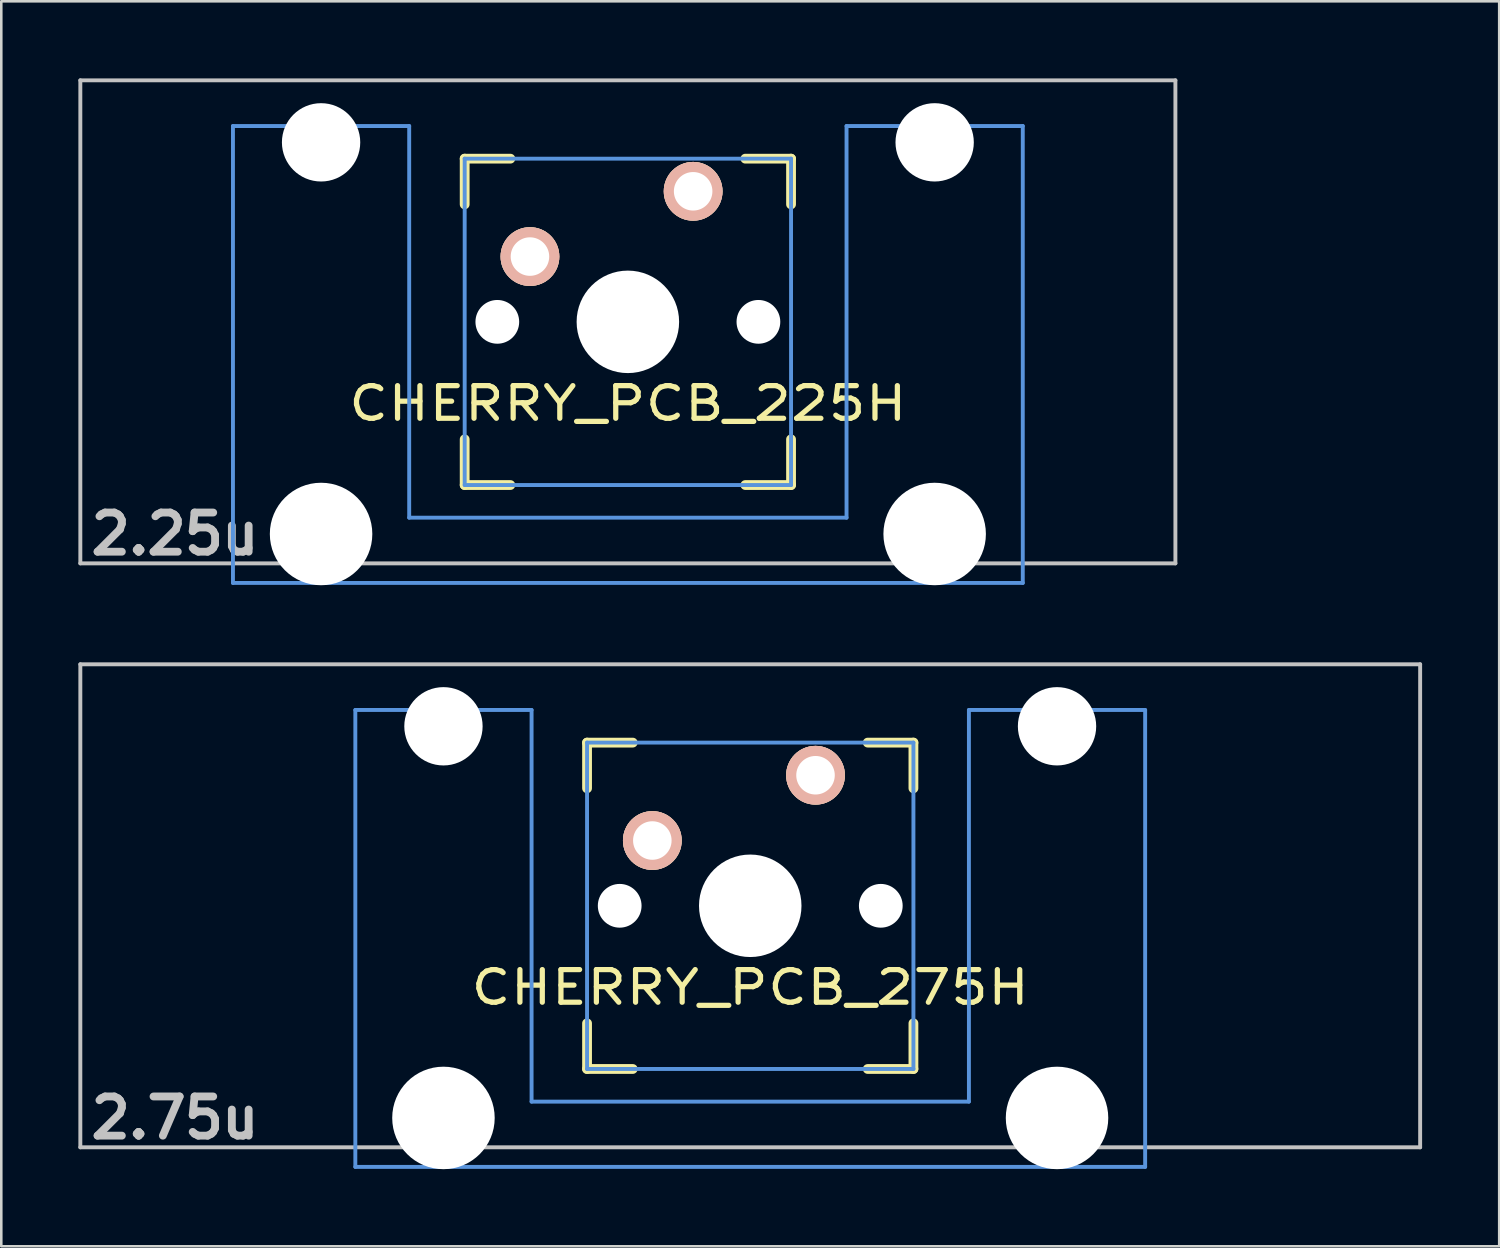
<source format=kicad_pcb>
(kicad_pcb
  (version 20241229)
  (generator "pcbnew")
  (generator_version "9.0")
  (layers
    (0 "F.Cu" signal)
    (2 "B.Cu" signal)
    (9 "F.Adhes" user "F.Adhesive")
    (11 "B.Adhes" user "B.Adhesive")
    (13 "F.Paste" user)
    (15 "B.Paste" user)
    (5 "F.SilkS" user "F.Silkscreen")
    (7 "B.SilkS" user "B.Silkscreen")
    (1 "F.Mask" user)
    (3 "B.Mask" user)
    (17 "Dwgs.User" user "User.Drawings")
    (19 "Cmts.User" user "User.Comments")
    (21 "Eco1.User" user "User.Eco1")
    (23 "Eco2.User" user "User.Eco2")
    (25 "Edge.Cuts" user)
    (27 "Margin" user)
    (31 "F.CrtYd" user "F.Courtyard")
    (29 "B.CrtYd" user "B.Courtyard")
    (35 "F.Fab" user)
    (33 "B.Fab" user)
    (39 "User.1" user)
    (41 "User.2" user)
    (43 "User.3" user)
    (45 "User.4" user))
  (footprint "CHERRY_PCB_275H"
    (layer "F.Cu")
    (at 26.144 32.197)
    (property "Reference" "CHERRY_PCB_275H" (at 0 3.175 0) (layer "F.SilkS") (effects (font (size 1.27 1.524) (thickness 0.203))))
    (attr through_hole)
    (fp_line (start -6.35 -6.35) (end -4.572 -6.35) (stroke (width 0.381) (type solid)) (layer "F.SilkS"))
    (fp_line (start -6.35 -4.572) (end -6.35 -6.35) (stroke (width 0.381) (type solid)) (layer "F.SilkS"))
    (fp_line (start -6.35 6.35) (end -6.35 4.572) (stroke (width 0.381) (type solid)) (layer "F.SilkS"))
    (fp_line (start -4.572 6.35) (end -6.35 6.35) (stroke (width 0.381) (type solid)) (layer "F.SilkS"))
    (fp_line (start 4.572 -6.35) (end 6.35 -6.35) (stroke (width 0.381) (type solid)) (layer "F.SilkS"))
    (fp_line (start 6.35 -6.35) (end 6.35 -4.572) (stroke (width 0.381) (type solid)) (layer "F.SilkS"))
    (fp_line (start 6.35 4.572) (end 6.35 6.35) (stroke (width 0.381) (type solid)) (layer "F.SilkS"))
    (fp_line (start 6.35 6.35) (end 4.572 6.35) (stroke (width 0.381) (type solid)) (layer "F.SilkS"))
    (fp_line (start -26.068 -9.398) (end 26.068 -9.398) (stroke (width 0.152) (type solid)) (layer "Dwgs.User"))
    (fp_line (start -26.068 9.398) (end -26.068 -9.398) (stroke (width 0.152) (type solid)) (layer "Dwgs.User"))
    (fp_line (start 26.068 -9.398) (end 26.068 9.398) (stroke (width 0.152) (type solid)) (layer "Dwgs.User"))
    (fp_line (start 26.068 9.398) (end -26.068 9.398) (stroke (width 0.152) (type solid)) (layer "Dwgs.User"))
    (fp_line (start -15.367 -7.62) (end -15.367 10.16) (stroke (width 0.152) (type solid)) (layer "Cmts.User"))
    (fp_line (start -15.367 10.16) (end 15.367 10.16) (stroke (width 0.152) (type solid)) (layer "Cmts.User"))
    (fp_line (start -8.509 -7.62) (end -15.367 -7.62) (stroke (width 0.152) (type solid)) (layer "Cmts.User"))
    (fp_line (start -8.509 7.62) (end -8.509 -7.62) (stroke (width 0.152) (type solid)) (layer "Cmts.User"))
    (fp_line (start -6.35 -6.35) (end 6.35 -6.35) (stroke (width 0.152) (type solid)) (layer "Cmts.User"))
    (fp_line (start -6.35 6.35) (end -6.35 -6.35) (stroke (width 0.152) (type solid)) (layer "Cmts.User"))
    (fp_line (start 6.35 -6.35) (end 6.35 6.35) (stroke (width 0.152) (type solid)) (layer "Cmts.User"))
    (fp_line (start 6.35 6.35) (end -6.35 6.35) (stroke (width 0.152) (type solid)) (layer "Cmts.User"))
    (fp_line (start 8.509 -7.62) (end 8.509 7.62) (stroke (width 0.152) (type solid)) (layer "Cmts.User"))
    (fp_line (start 8.509 7.62) (end -8.509 7.62) (stroke (width 0.152) (type solid)) (layer "Cmts.User"))
    (fp_line (start 15.367 -7.62) (end 8.509 -7.62) (stroke (width 0.152) (type solid)) (layer "Cmts.User"))
    (fp_line (start 15.367 10.16) (end 15.367 -7.62) (stroke (width 0.152) (type solid)) (layer "Cmts.User"))
    (fp_line (start -16.129 -2.286) (end -15.265 -2.286) (stroke (width 0.152) (type solid)) (layer "Eco2.User"))
    (fp_line (start -16.129 0.508) (end -16.129 -2.286) (stroke (width 0.152) (type solid)) (layer "Eco2.User"))
    (fp_line (start -15.265 -5.69) (end -8.611 -5.69) (stroke (width 0.152) (type solid)) (layer "Eco2.User"))
    (fp_line (start -15.265 -2.286) (end -15.265 -5.69) (stroke (width 0.152) (type solid)) (layer "Eco2.User"))
    (fp_line (start -15.265 0.508) (end -16.129 0.508) (stroke (width 0.152) (type solid)) (layer "Eco2.User"))
    (fp_line (start -15.265 6.604) (end -15.265 0.508) (stroke (width 0.152) (type solid)) (layer "Eco2.User"))
    (fp_line (start -14.224 6.604) (end -15.265 6.604) (stroke (width 0.152) (type solid)) (layer "Eco2.User"))
    (fp_line (start -14.224 7.772) (end -14.224 6.604) (stroke (width 0.152) (type solid)) (layer "Eco2.User"))
    (fp_line (start -9.652 6.604) (end -9.652 7.772) (stroke (width 0.152) (type solid)) (layer "Eco2.User"))
    (fp_line (start -9.652 7.772) (end -14.224 7.772) (stroke (width 0.152) (type solid)) (layer "Eco2.User"))
    (fp_line (start -8.611 -5.69) (end -8.611 -4.877) (stroke (width 0.152) (type solid)) (layer "Eco2.User"))
    (fp_line (start -8.611 -4.877) (end -6.985 -4.877) (stroke (width 0.152) (type solid)) (layer "Eco2.User"))
    (fp_line (start -8.611 5.817) (end -8.611 6.604) (stroke (width 0.152) (type solid)) (layer "Eco2.User"))
    (fp_line (start -8.611 6.604) (end -9.652 6.604) (stroke (width 0.152) (type solid)) (layer "Eco2.User"))
    (fp_line (start -6.985 -6.985) (end 6.985 -6.985) (stroke (width 0.152) (type solid)) (layer "Eco2.User"))
    (fp_line (start -6.985 -4.877) (end -6.985 -6.985) (stroke (width 0.152) (type solid)) (layer "Eco2.User"))
    (fp_line (start -6.985 5.817) (end -8.611 5.817) (stroke (width 0.152) (type solid)) (layer "Eco2.User"))
    (fp_line (start -6.985 6.985) (end -6.985 5.817) (stroke (width 0.152) (type solid)) (layer "Eco2.User"))
    (fp_line (start 6.985 -6.985) (end 6.985 -4.877) (stroke (width 0.152) (type solid)) (layer "Eco2.User"))
    (fp_line (start 6.985 -4.877) (end 8.611 -4.877) (stroke (width 0.152) (type solid)) (layer "Eco2.User"))
    (fp_line (start 6.985 5.817) (end 6.985 6.985) (stroke (width 0.152) (type solid)) (layer "Eco2.User"))
    (fp_line (start 6.985 6.985) (end -6.985 6.985) (stroke (width 0.152) (type solid)) (layer "Eco2.User"))
    (fp_line (start 8.611 -5.69) (end 15.265 -5.69) (stroke (width 0.152) (type solid)) (layer "Eco2.User"))
    (fp_line (start 8.611 -4.877) (end 8.611 -5.69) (stroke (width 0.152) (type solid)) (layer "Eco2.User"))
    (fp_line (start 8.611 5.817) (end 6.985 5.817) (stroke (width 0.152) (type solid)) (layer "Eco2.User"))
    (fp_line (start 8.611 6.604) (end 8.611 5.817) (stroke (width 0.152) (type solid)) (layer "Eco2.User"))
    (fp_line (start 9.652 6.604) (end 8.611 6.604) (stroke (width 0.152) (type solid)) (layer "Eco2.User"))
    (fp_line (start 9.652 7.772) (end 9.652 6.604) (stroke (width 0.152) (type solid)) (layer "Eco2.User"))
    (fp_line (start 14.224 6.604) (end 14.224 7.772) (stroke (width 0.152) (type solid)) (layer "Eco2.User"))
    (fp_line (start 14.224 7.772) (end 9.652 7.772) (stroke (width 0.152) (type solid)) (layer "Eco2.User"))
    (fp_line (start 15.265 -5.69) (end 15.265 -2.286) (stroke (width 0.152) (type solid)) (layer "Eco2.User"))
    (fp_line (start 15.265 -2.286) (end 16.129 -2.286) (stroke (width 0.152) (type solid)) (layer "Eco2.User"))
    (fp_line (start 15.265 0.508) (end 15.265 6.604) (stroke (width 0.152) (type solid)) (layer "Eco2.User"))
    (fp_line (start 15.265 6.604) (end 14.224 6.604) (stroke (width 0.152) (type solid)) (layer "Eco2.User"))
    (fp_line (start 16.129 -2.286) (end 16.129 0.508) (stroke (width 0.152) (type solid)) (layer "Eco2.User"))
    (fp_line (start 16.129 0.508) (end 15.265 0.508) (stroke (width 0.152) (type solid)) (layer "Eco2.User"))
    (fp_text user "2.75u" (at -22.385 8.255 0) (layer "Dwgs.User") (effects (font (size 1.524 1.524) (thickness 0.305))))
    (pad "" np_thru_hole circle (at -11.938 -6.985) (size 3.048 3.048) (drill 3.048) (layers "*.Cu"))
    (pad "" np_thru_hole circle (at -11.938 8.255) (size 3.988 3.988) (drill 3.988) (layers "*.Cu"))
    (pad "" np_thru_hole circle (at -5.08 0) (size 1.702 1.702) (drill 1.702) (layers "*.Cu"))
    (pad "" np_thru_hole circle (at 0 0) (size 3.988 3.988) (drill 3.988) (layers "*.Cu"))
    (pad "" np_thru_hole circle (at 5.08 0) (size 1.702 1.702) (drill 1.702) (layers "*.Cu"))
    (pad "" np_thru_hole circle (at 11.938 -6.985) (size 3.048 3.048) (drill 3.048) (layers "*.Cu"))
    (pad "" np_thru_hole circle (at 11.938 8.255) (size 3.988 3.988) (drill 3.988) (layers "*.Cu"))
    (pad "1" thru_hole circle (at 2.54 -5.08) (size 2.286 2.286) (drill 1.499) (layers "*.Cu" "*.SilkS" "*.Mask"))
    (pad "2" thru_hole circle (at -3.81 -2.54) (size 2.286 2.286) (drill 1.499) (layers "*.Cu" "*.SilkS" "*.Mask")))
  (footprint "CHERRY_PCB_225H"
    (layer "F.Cu")
    (at 21.382 9.474)
    (property "Reference" "CHERRY_PCB_225H" (at 0 3.175 0) (layer "F.SilkS") (effects (font (size 1.27 1.524) (thickness 0.203))))
    (attr through_hole)
    (fp_line (start -6.35 -6.35) (end -4.572 -6.35) (stroke (width 0.381) (type solid)) (layer "F.SilkS"))
    (fp_line (start -6.35 -4.572) (end -6.35 -6.35) (stroke (width 0.381) (type solid)) (layer "F.SilkS"))
    (fp_line (start -6.35 6.35) (end -6.35 4.572) (stroke (width 0.381) (type solid)) (layer "F.SilkS"))
    (fp_line (start -4.572 6.35) (end -6.35 6.35) (stroke (width 0.381) (type solid)) (layer "F.SilkS"))
    (fp_line (start 4.572 -6.35) (end 6.35 -6.35) (stroke (width 0.381) (type solid)) (layer "F.SilkS"))
    (fp_line (start 6.35 -6.35) (end 6.35 -4.572) (stroke (width 0.381) (type solid)) (layer "F.SilkS"))
    (fp_line (start 6.35 4.572) (end 6.35 6.35) (stroke (width 0.381) (type solid)) (layer "F.SilkS"))
    (fp_line (start 6.35 6.35) (end 4.572 6.35) (stroke (width 0.381) (type solid)) (layer "F.SilkS"))
    (fp_line (start -21.306 -9.398) (end 21.306 -9.398) (stroke (width 0.152) (type solid)) (layer "Dwgs.User"))
    (fp_line (start -21.306 9.398) (end -21.306 -9.398) (stroke (width 0.152) (type solid)) (layer "Dwgs.User"))
    (fp_line (start 21.306 -9.398) (end 21.306 9.398) (stroke (width 0.152) (type solid)) (layer "Dwgs.User"))
    (fp_line (start 21.306 9.398) (end -21.306 9.398) (stroke (width 0.152) (type solid)) (layer "Dwgs.User"))
    (fp_line (start -15.367 -7.62) (end -15.367 10.16) (stroke (width 0.152) (type solid)) (layer "Cmts.User"))
    (fp_line (start -15.367 10.16) (end 15.367 10.16) (stroke (width 0.152) (type solid)) (layer "Cmts.User"))
    (fp_line (start -8.509 -7.62) (end -15.367 -7.62) (stroke (width 0.152) (type solid)) (layer "Cmts.User"))
    (fp_line (start -8.509 7.62) (end -8.509 -7.62) (stroke (width 0.152) (type solid)) (layer "Cmts.User"))
    (fp_line (start -6.35 -6.35) (end 6.35 -6.35) (stroke (width 0.152) (type solid)) (layer "Cmts.User"))
    (fp_line (start -6.35 6.35) (end -6.35 -6.35) (stroke (width 0.152) (type solid)) (layer "Cmts.User"))
    (fp_line (start 6.35 -6.35) (end 6.35 6.35) (stroke (width 0.152) (type solid)) (layer "Cmts.User"))
    (fp_line (start 6.35 6.35) (end -6.35 6.35) (stroke (width 0.152) (type solid)) (layer "Cmts.User"))
    (fp_line (start 8.509 -7.62) (end 8.509 7.62) (stroke (width 0.152) (type solid)) (layer "Cmts.User"))
    (fp_line (start 8.509 7.62) (end -8.509 7.62) (stroke (width 0.152) (type solid)) (layer "Cmts.User"))
    (fp_line (start 15.367 -7.62) (end 8.509 -7.62) (stroke (width 0.152) (type solid)) (layer "Cmts.User"))
    (fp_line (start 15.367 10.16) (end 15.367 -7.62) (stroke (width 0.152) (type solid)) (layer "Cmts.User"))
    (fp_line (start -16.129 -2.286) (end -15.265 -2.286) (stroke (width 0.152) (type solid)) (layer "Eco2.User"))
    (fp_line (start -16.129 0.508) (end -16.129 -2.286) (stroke (width 0.152) (type solid)) (layer "Eco2.User"))
    (fp_line (start -15.265 -5.69) (end -8.611 -5.69) (stroke (width 0.152) (type solid)) (layer "Eco2.User"))
    (fp_line (start -15.265 -2.286) (end -15.265 -5.69) (stroke (width 0.152) (type solid)) (layer "Eco2.User"))
    (fp_line (start -15.265 0.508) (end -16.129 0.508) (stroke (width 0.152) (type solid)) (layer "Eco2.User"))
    (fp_line (start -15.265 6.604) (end -15.265 0.508) (stroke (width 0.152) (type solid)) (layer "Eco2.User"))
    (fp_line (start -14.224 6.604) (end -15.265 6.604) (stroke (width 0.152) (type solid)) (layer "Eco2.User"))
    (fp_line (start -14.224 7.772) (end -14.224 6.604) (stroke (width 0.152) (type solid)) (layer "Eco2.User"))
    (fp_line (start -9.652 6.604) (end -9.652 7.772) (stroke (width 0.152) (type solid)) (layer "Eco2.User"))
    (fp_line (start -9.652 7.772) (end -14.224 7.772) (stroke (width 0.152) (type solid)) (layer "Eco2.User"))
    (fp_line (start -8.611 -5.69) (end -8.611 -4.877) (stroke (width 0.152) (type solid)) (layer "Eco2.User"))
    (fp_line (start -8.611 -4.877) (end -6.985 -4.877) (stroke (width 0.152) (type solid)) (layer "Eco2.User"))
    (fp_line (start -8.611 5.817) (end -8.611 6.604) (stroke (width 0.152) (type solid)) (layer "Eco2.User"))
    (fp_line (start -8.611 6.604) (end -9.652 6.604) (stroke (width 0.152) (type solid)) (layer "Eco2.User"))
    (fp_line (start -6.985 -6.985) (end 6.985 -6.985) (stroke (width 0.152) (type solid)) (layer "Eco2.User"))
    (fp_line (start -6.985 -4.877) (end -6.985 -6.985) (stroke (width 0.152) (type solid)) (layer "Eco2.User"))
    (fp_line (start -6.985 5.817) (end -8.611 5.817) (stroke (width 0.152) (type solid)) (layer "Eco2.User"))
    (fp_line (start -6.985 6.985) (end -6.985 5.817) (stroke (width 0.152) (type solid)) (layer "Eco2.User"))
    (fp_line (start 6.985 -6.985) (end 6.985 -4.877) (stroke (width 0.152) (type solid)) (layer "Eco2.User"))
    (fp_line (start 6.985 -4.877) (end 8.611 -4.877) (stroke (width 0.152) (type solid)) (layer "Eco2.User"))
    (fp_line (start 6.985 5.817) (end 6.985 6.985) (stroke (width 0.152) (type solid)) (layer "Eco2.User"))
    (fp_line (start 6.985 6.985) (end -6.985 6.985) (stroke (width 0.152) (type solid)) (layer "Eco2.User"))
    (fp_line (start 8.611 -5.69) (end 15.265 -5.69) (stroke (width 0.152) (type solid)) (layer "Eco2.User"))
    (fp_line (start 8.611 -4.877) (end 8.611 -5.69) (stroke (width 0.152) (type solid)) (layer "Eco2.User"))
    (fp_line (start 8.611 5.817) (end 6.985 5.817) (stroke (width 0.152) (type solid)) (layer "Eco2.User"))
    (fp_line (start 8.611 6.604) (end 8.611 5.817) (stroke (width 0.152) (type solid)) (layer "Eco2.User"))
    (fp_line (start 9.652 6.604) (end 8.611 6.604) (stroke (width 0.152) (type solid)) (layer "Eco2.User"))
    (fp_line (start 9.652 7.772) (end 9.652 6.604) (stroke (width 0.152) (type solid)) (layer "Eco2.User"))
    (fp_line (start 14.224 6.604) (end 14.224 7.772) (stroke (width 0.152) (type solid)) (layer "Eco2.User"))
    (fp_line (start 14.224 7.772) (end 9.652 7.772) (stroke (width 0.152) (type solid)) (layer "Eco2.User"))
    (fp_line (start 15.265 -5.69) (end 15.265 -2.286) (stroke (width 0.152) (type solid)) (layer "Eco2.User"))
    (fp_line (start 15.265 -2.286) (end 16.129 -2.286) (stroke (width 0.152) (type solid)) (layer "Eco2.User"))
    (fp_line (start 15.265 0.508) (end 15.265 6.604) (stroke (width 0.152) (type solid)) (layer "Eco2.User"))
    (fp_line (start 15.265 6.604) (end 14.224 6.604) (stroke (width 0.152) (type solid)) (layer "Eco2.User"))
    (fp_line (start 16.129 -2.286) (end 16.129 0.508) (stroke (width 0.152) (type solid)) (layer "Eco2.User"))
    (fp_line (start 16.129 0.508) (end 15.265 0.508) (stroke (width 0.152) (type solid)) (layer "Eco2.User"))
    (fp_text user "2.25u" (at -17.623 8.255 0) (layer "Dwgs.User") (effects (font (size 1.524 1.524) (thickness 0.305))))
    (pad "" np_thru_hole circle (at -11.938 -6.985) (size 3.048 3.048) (drill 3.048) (layers "*.Cu"))
    (pad "" np_thru_hole circle (at -11.938 8.255) (size 3.988 3.988) (drill 3.988) (layers "*.Cu"))
    (pad "" np_thru_hole circle (at -5.08 0) (size 1.702 1.702) (drill 1.702) (layers "*.Cu"))
    (pad "" np_thru_hole circle (at 0 0) (size 3.988 3.988) (drill 3.988) (layers "*.Cu"))
    (pad "" np_thru_hole circle (at 5.08 0) (size 1.702 1.702) (drill 1.702) (layers "*.Cu"))
    (pad "" np_thru_hole circle (at 11.938 -6.985) (size 3.048 3.048) (drill 3.048) (layers "*.Cu"))
    (pad "" np_thru_hole circle (at 11.938 8.255) (size 3.988 3.988) (drill 3.988) (layers "*.Cu"))
    (pad "1" thru_hole circle (at 2.54 -5.08) (size 2.286 2.286) (drill 1.499) (layers "*.Cu" "*.SilkS" "*.Mask"))
    (pad "2" thru_hole circle (at -3.81 -2.54) (size 2.286 2.286) (drill 1.499) (layers "*.Cu" "*.SilkS" "*.Mask")))
  (gr_rect
    (start -3 -3)
    (end 55.288 45.446)
    (stroke (width 0.1) (type default))
    (fill no)
    (layer "Edge.Cuts")))
</source>
